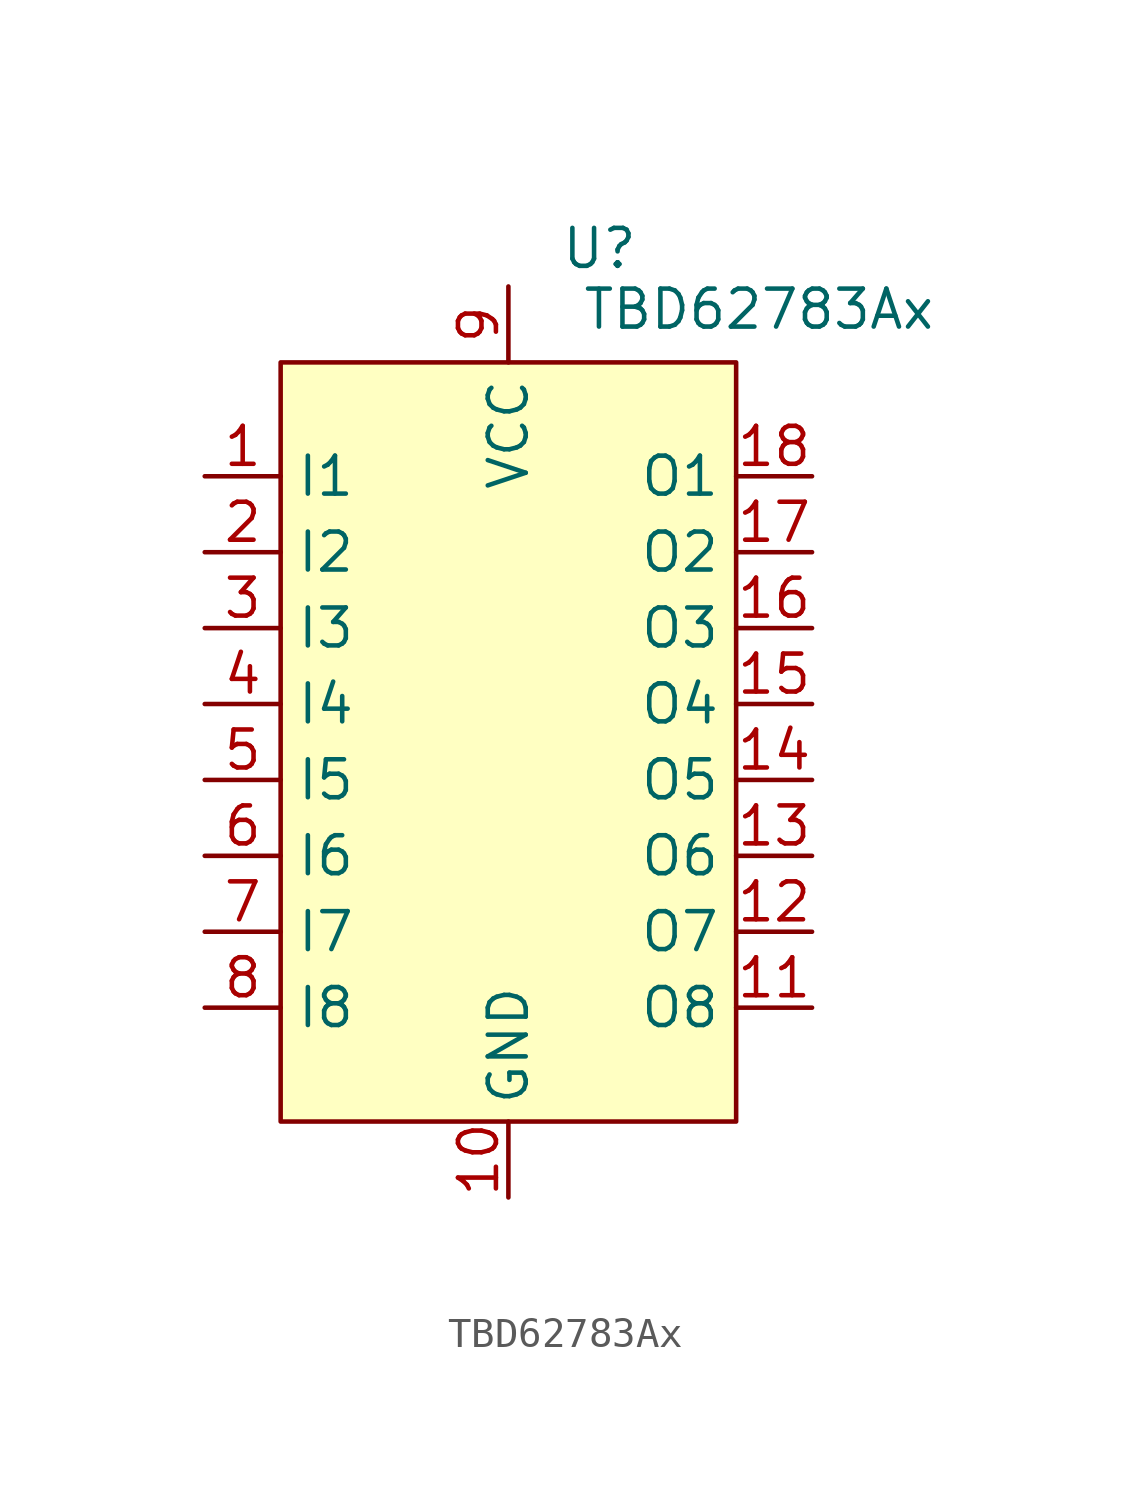
<source format=kicad_sym>
(kicad_symbol_lib
  (version 20241209)
  (generator "kicad_symbol_editor")
  (generator_version "9.0")
  (symbol "TBD62783Ax"
    (property "Reference" "U"
      (at 3.048 17.78 0)
      (effects (font (size 1.27 1.27))))
    (property "Value" "TBD62783Ax"
      (at 8.382 15.748 0)
      (effects (font (size 1.27 1.27))))
    (symbol "TBD62783Ax_1_1"
      (rectangle (start -7.62 13.97) (end 7.62 -11.43) (stroke (width 0) (type solid)) (fill (type background)))
      (pin input line (at -10.16 10.16 0) (length 2.54) (name "I1" (effects (font (size 1.27 1.27)))) (number "1" (effects (font (size 1.27 1.27)))))
      (pin input line (at -10.16 7.62 0) (length 2.54) (name "I2" (effects (font (size 1.27 1.27)))) (number "2" (effects (font (size 1.27 1.27)))))
      (pin input line (at -10.16 5.08 0) (length 2.54) (name "I3" (effects (font (size 1.27 1.27)))) (number "3" (effects (font (size 1.27 1.27)))))
      (pin input line (at -10.16 2.54 0) (length 2.54) (name "I4" (effects (font (size 1.27 1.27)))) (number "4" (effects (font (size 1.27 1.27)))))
      (pin input line (at -10.16 0 0) (length 2.54) (name "I5" (effects (font (size 1.27 1.27)))) (number "5" (effects (font (size 1.27 1.27)))))
      (pin input line (at -10.16 -2.54 0) (length 2.54) (name "I6" (effects (font (size 1.27 1.27)))) (number "6" (effects (font (size 1.27 1.27)))))
      (pin input line (at -10.16 -5.08 0) (length 2.54) (name "I7" (effects (font (size 1.27 1.27)))) (number "7" (effects (font (size 1.27 1.27)))))
      (pin input line (at -10.16 -7.62 0) (length 2.54) (name "I8" (effects (font (size 1.27 1.27)))) (number "8" (effects (font (size 1.27 1.27)))))
      (pin power_in line (at 0 16.51 270) (length 2.54) (name "VCC" (effects (font (size 1.27 1.27)))) (number "9" (effects (font (size 1.27 1.27)))))
      (pin power_in line (at 0 -13.97 90) (length 2.54) (name "GND" (effects (font (size 1.27 1.27)))) (number "10" (effects (font (size 1.27 1.27)))))
      (pin output line (at 10.16 10.16 180) (length 2.54) (name "O1" (effects (font (size 1.27 1.27)))) (number "18" (effects (font (size 1.27 1.27)))))
      (pin output line (at 10.16 7.62 180) (length 2.54) (name "O2" (effects (font (size 1.27 1.27)))) (number "17" (effects (font (size 1.27 1.27)))))
      (pin output line (at 10.16 5.08 180) (length 2.54) (name "O3" (effects (font (size 1.27 1.27)))) (number "16" (effects (font (size 1.27 1.27)))))
      (pin output line (at 10.16 2.54 180) (length 2.54) (name "O4" (effects (font (size 1.27 1.27)))) (number "15" (effects (font (size 1.27 1.27)))))
      (pin output line (at 10.16 0 180) (length 2.54) (name "O5" (effects (font (size 1.27 1.27)))) (number "14" (effects (font (size 1.27 1.27)))))
      (pin output line (at 10.16 -2.54 180) (length 2.54) (name "O6" (effects (font (size 1.27 1.27)))) (number "13" (effects (font (size 1.27 1.27)))))
      (pin output line (at 10.16 -5.08 180) (length 2.54) (name "O7" (effects (font (size 1.27 1.27)))) (number "12" (effects (font (size 1.27 1.27)))))
      (pin output line (at 10.16 -7.62 180) (length 2.54) (name "O8" (effects (font (size 1.27 1.27)))) (number "11" (effects (font (size 1.27 1.27))))))))
</source>
